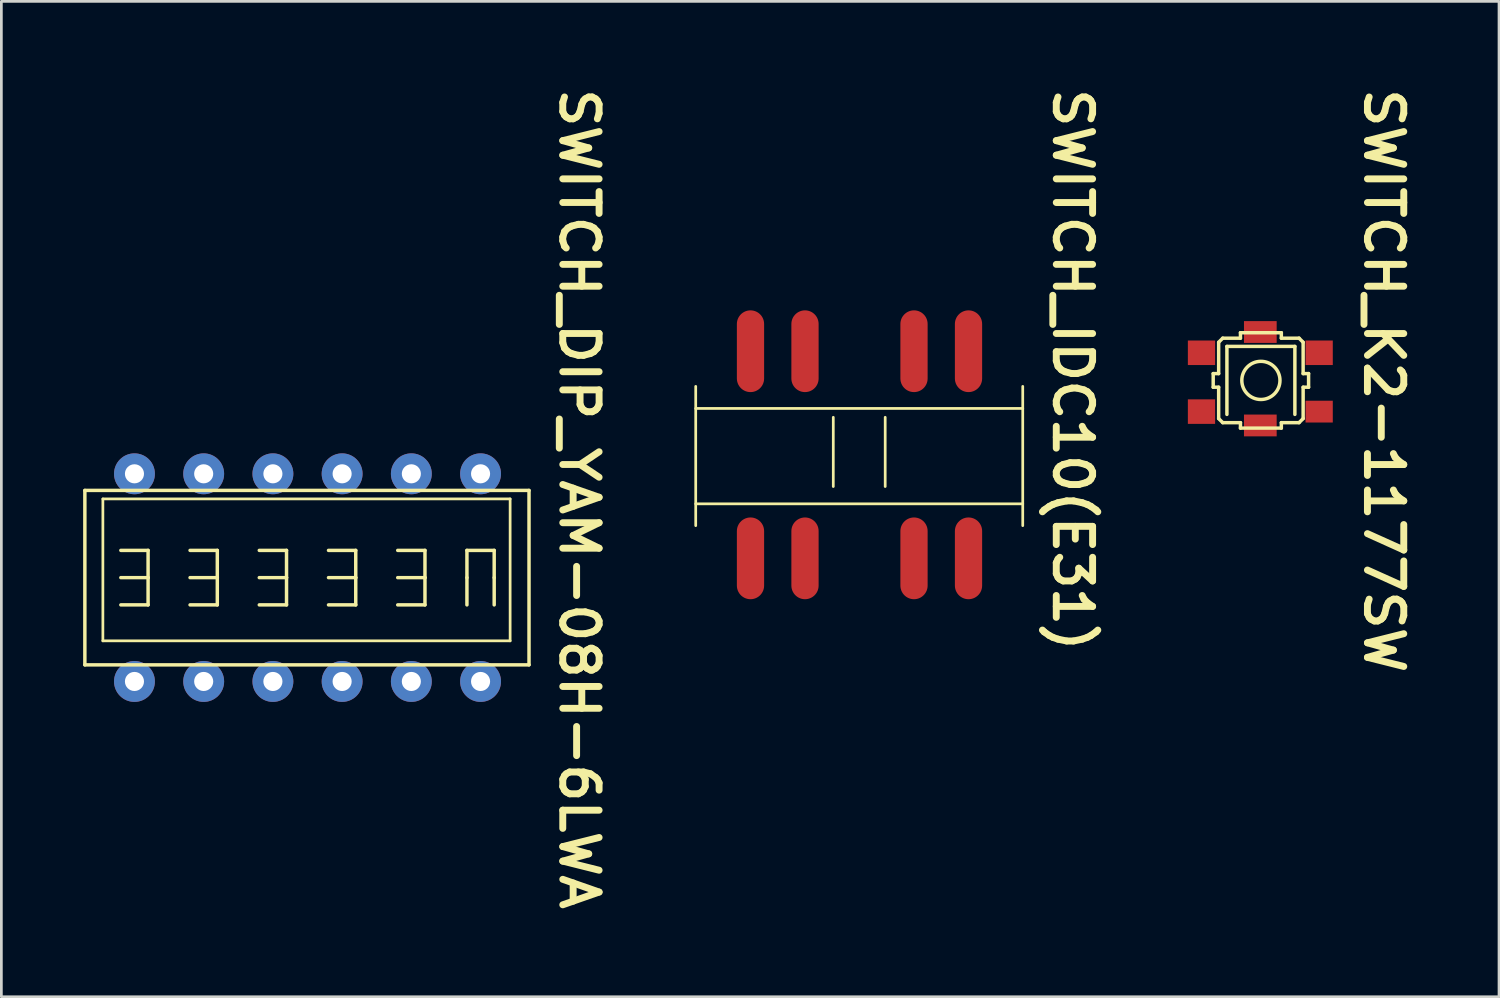
<source format=kicad_pcb>
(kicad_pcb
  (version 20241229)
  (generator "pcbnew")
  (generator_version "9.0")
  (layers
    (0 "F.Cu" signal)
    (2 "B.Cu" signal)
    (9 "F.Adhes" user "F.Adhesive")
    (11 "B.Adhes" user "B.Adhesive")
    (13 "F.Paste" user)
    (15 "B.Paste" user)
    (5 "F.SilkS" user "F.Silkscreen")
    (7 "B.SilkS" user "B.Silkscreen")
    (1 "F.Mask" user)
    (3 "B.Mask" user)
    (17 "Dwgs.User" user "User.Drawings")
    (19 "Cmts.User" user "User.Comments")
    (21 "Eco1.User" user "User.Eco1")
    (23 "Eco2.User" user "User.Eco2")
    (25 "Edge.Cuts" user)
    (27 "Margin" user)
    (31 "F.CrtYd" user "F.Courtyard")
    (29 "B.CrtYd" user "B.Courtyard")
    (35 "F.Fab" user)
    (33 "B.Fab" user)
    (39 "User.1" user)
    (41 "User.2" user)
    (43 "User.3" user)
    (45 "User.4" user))
  (footprint "SWITCH_DIP_YAM-08H-6LWA"
    (layer "F.Cu")
    (at 1.884 21.956)
    (property "Reference" "SWITCH_DIP_YAM-08H-6LWA" (at 16.32 -6.693 270) (unlocked yes) (layer "F.SilkS") (effects (font (size 1.333 1.402) (thickness 0.254))))
    (attr smd)
    (fp_line (start -1.82 -7.01) (end 14.478 -7.01) (stroke (width 0.127) (type solid)) (layer "F.SilkS"))
    (fp_line (start -1.82 -0.61) (end -1.82 -7.01) (stroke (width 0.127) (type solid)) (layer "F.SilkS"))
    (fp_line (start -1.82 -0.61) (end 14.478 -0.61) (stroke (width 0.127) (type solid)) (layer "F.SilkS"))
    (fp_line (start -1.159 -6.698) (end 13.785 -6.698) (stroke (width 0.1) (type solid)) (layer "F.SilkS"))
    (fp_line (start -1.159 -1.491) (end -1.159 -6.698) (stroke (width 0.1) (type solid)) (layer "F.SilkS"))
    (fp_line (start -1.159 -1.491) (end 13.785 -1.491) (stroke (width 0.1) (type solid)) (layer "F.SilkS"))
    (fp_line (start -0.5 -4.81) (end 0.5 -4.81) (stroke (width 0.127) (type solid)) (layer "F.SilkS"))
    (fp_line (start -0.5 -3.81) (end 0.5 -3.81) (stroke (width 0.127) (type solid)) (layer "F.SilkS"))
    (fp_line (start -0.5 -2.81) (end 0.5 -2.81) (stroke (width 0.127) (type solid)) (layer "F.SilkS"))
    (fp_line (start 0.5 -3.81) (end 0.5 -4.81) (stroke (width 0.127) (type solid)) (layer "F.SilkS"))
    (fp_line (start 0.5 -2.81) (end 0.5 -3.81) (stroke (width 0.127) (type solid)) (layer "F.SilkS"))
    (fp_line (start 2.04 -4.81) (end 3.04 -4.81) (stroke (width 0.127) (type solid)) (layer "F.SilkS"))
    (fp_line (start 2.04 -3.81) (end 3.04 -3.81) (stroke (width 0.127) (type solid)) (layer "F.SilkS"))
    (fp_line (start 2.04 -2.81) (end 3.04 -2.81) (stroke (width 0.127) (type solid)) (layer "F.SilkS"))
    (fp_line (start 3.04 -3.81) (end 3.04 -4.81) (stroke (width 0.127) (type solid)) (layer "F.SilkS"))
    (fp_line (start 3.04 -2.81) (end 3.04 -3.81) (stroke (width 0.127) (type solid)) (layer "F.SilkS"))
    (fp_line (start 4.58 -4.81) (end 5.58 -4.81) (stroke (width 0.127) (type solid)) (layer "F.SilkS"))
    (fp_line (start 4.58 -3.81) (end 5.58 -3.81) (stroke (width 0.127) (type solid)) (layer "F.SilkS"))
    (fp_line (start 4.58 -2.81) (end 5.58 -2.81) (stroke (width 0.127) (type solid)) (layer "F.SilkS"))
    (fp_line (start 5.58 -3.81) (end 5.58 -4.81) (stroke (width 0.127) (type solid)) (layer "F.SilkS"))
    (fp_line (start 5.58 -2.81) (end 5.58 -3.81) (stroke (width 0.127) (type solid)) (layer "F.SilkS"))
    (fp_line (start 7.12 -4.81) (end 8.12 -4.81) (stroke (width 0.127) (type solid)) (layer "F.SilkS"))
    (fp_line (start 7.12 -3.81) (end 8.12 -3.81) (stroke (width 0.127) (type solid)) (layer "F.SilkS"))
    (fp_line (start 7.12 -2.81) (end 8.12 -2.81) (stroke (width 0.127) (type solid)) (layer "F.SilkS"))
    (fp_line (start 8.12 -3.81) (end 8.12 -4.81) (stroke (width 0.127) (type solid)) (layer "F.SilkS"))
    (fp_line (start 8.12 -2.81) (end 8.12 -3.81) (stroke (width 0.127) (type solid)) (layer "F.SilkS"))
    (fp_line (start 9.66 -4.81) (end 10.66 -4.81) (stroke (width 0.127) (type solid)) (layer "F.SilkS"))
    (fp_line (start 9.66 -3.81) (end 10.66 -3.81) (stroke (width 0.127) (type solid)) (layer "F.SilkS"))
    (fp_line (start 9.66 -2.81) (end 10.66 -2.81) (stroke (width 0.127) (type solid)) (layer "F.SilkS"))
    (fp_line (start 10.66 -3.81) (end 10.66 -4.81) (stroke (width 0.127) (type solid)) (layer "F.SilkS"))
    (fp_line (start 10.66 -2.81) (end 10.66 -3.81) (stroke (width 0.127) (type solid)) (layer "F.SilkS"))
    (fp_line (start 12.2 -4.81) (end 13.2 -4.81) (stroke (width 0.127) (type solid)) (layer "F.SilkS"))
    (fp_line (start 12.2 -3.81) (end 12.2 -4.81) (stroke (width 0.127) (type solid)) (layer "F.SilkS"))
    (fp_line (start 12.2 -2.81) (end 12.2 -3.81) (stroke (width 0.127) (type solid)) (layer "F.SilkS"))
    (fp_line (start 13.2 -3.81) (end 13.2 -4.81) (stroke (width 0.127) (type solid)) (layer "F.SilkS"))
    (fp_line (start 13.2 -2.81) (end 13.2 -3.81) (stroke (width 0.127) (type solid)) (layer "F.SilkS"))
    (fp_line (start 13.785 -1.491) (end 13.785 -6.698) (stroke (width 0.1) (type solid)) (layer "F.SilkS"))
    (fp_line (start 14.478 -0.61) (end 14.478 -7.01) (stroke (width 0.127) (type solid)) (layer "F.SilkS"))
    (pad "1" thru_hole circle (at 0 0) (size 1.5 1.5) (drill 0.7) (layers "*.Cu" "*.Mask"))
    (pad "2" thru_hole circle (at 2.54 0) (size 1.5 1.5) (drill 0.7) (layers "*.Cu" "*.Mask"))
    (pad "3" thru_hole circle (at 5.08 0) (size 1.5 1.5) (drill 0.7) (layers "*.Cu" "*.Mask"))
    (pad "4" thru_hole circle (at 7.62 0) (size 1.5 1.5) (drill 0.7) (layers "*.Cu" "*.Mask"))
    (pad "5" thru_hole circle (at 10.16 0) (size 1.5 1.5) (drill 0.7) (layers "*.Cu" "*.Mask"))
    (pad "6" thru_hole circle (at 12.7 0) (size 1.5 1.5) (drill 0.7) (layers "*.Cu" "*.Mask"))
    (pad "7" thru_hole circle (at 12.7 -7.62) (size 1.5 1.5) (drill 0.7) (layers "*.Cu" "*.Mask"))
    (pad "8" thru_hole circle (at 10.16 -7.62) (size 1.5 1.5) (drill 0.7) (layers "*.Cu" "*.Mask"))
    (pad "9" thru_hole circle (at 7.62 -7.62) (size 1.5 1.5) (drill 0.7) (layers "*.Cu" "*.Mask"))
    (pad "10" thru_hole circle (at 5.08 -7.62) (size 1.5 1.5) (drill 0.7) (layers "*.Cu" "*.Mask"))
    (pad "11" thru_hole circle (at 2.54 -7.62) (size 1.5 1.5) (drill 0.7) (layers "*.Cu" "*.Mask"))
    (pad "12" thru_hole circle (at 0 -7.62) (size 1.5 1.5) (drill 0.7) (layers "*.Cu" "*.Mask")))
  (footprint "SWITCH_IDC10(E31)"
    (layer "F.Cu")
    (at 24.489 15.438)
    (property "Reference" "SWITCH_IDC10(E31)" (at 11.824 -4.915 270) (unlocked yes) (layer "F.SilkS") (effects (font (size 1.333 1.402) (thickness 0.254))))
    (attr smd)
    (fp_line (start -2.01 -3.5) (end 9.99 -3.5) (stroke (width 0.1) (type solid)) (layer "F.SilkS"))
    (fp_line (start -2.01 0) (end 9.99 0) (stroke (width 0.1) (type solid)) (layer "F.SilkS"))
    (fp_line (start -2.01 0.8) (end -2.01 -4.31) (stroke (width 0.1) (type solid)) (layer "F.SilkS"))
    (fp_line (start 3.038 -0.635) (end 3.038 -3.175) (stroke (width 0.1) (type solid)) (layer "F.SilkS"))
    (fp_line (start 4.943 -0.635) (end 4.943 -3.175) (stroke (width 0.1) (type solid)) (layer "F.SilkS"))
    (fp_line (start 9.99 0.8) (end 9.99 -4.31) (stroke (width 0.1) (type solid)) (layer "F.SilkS"))
    (pad "1" smd oval (at 0 2) (size 1 3) (layers "F.Cu" "F.Mask" "F.Paste"))
    (pad "2" smd oval (at 2 2) (size 1 3) (layers "F.Cu" "F.Mask" "F.Paste"))
    (pad "3" smd oval (at 6 2) (size 1 3) (layers "F.Cu" "F.Mask" "F.Paste"))
    (pad "4" smd oval (at 8 2) (size 1 3) (layers "F.Cu" "F.Mask" "F.Paste"))
    (pad "5" smd oval (at 8 -5.6) (size 1 3) (layers "F.Cu" "F.Mask" "F.Paste"))
    (pad "6" smd oval (at 6 -5.6) (size 1 3) (layers "F.Cu" "F.Mask" "F.Paste"))
    (pad "7" smd oval (at 2 -5.6) (size 1 3) (layers "F.Cu" "F.Mask" "F.Paste"))
    (pad "8" smd oval (at 0 -5.6) (size 1 3) (layers "F.Cu" "F.Mask" "F.Paste")))
  (footprint "SWITCH_K2-1177SW"
    (layer "F.Cu")
    (at 43.197 10.911)
    (property "Reference" "SWITCH_K2-1177SW" (at 4.534 0.013 270) (unlocked yes) (layer "F.SilkS") (effects (font (size 1.333 1.402) (thickness 0.254))))
    (attr smd)
    (fp_line (start -1.729 -0.252) (end -1.529 -0.252) (stroke (width 0.127) (type solid)) (layer "F.SilkS"))
    (fp_line (start -1.729 0.248) (end -1.729 -0.252) (stroke (width 0.127) (type solid)) (layer "F.SilkS"))
    (fp_line (start -1.729 0.248) (end -1.529 0.248) (stroke (width 0.127) (type solid)) (layer "F.SilkS"))
    (fp_line (start -1.529 -1.402) (end -1.379 -1.552) (stroke (width 0.127) (type solid)) (layer "F.SilkS"))
    (fp_line (start -1.529 -0.252) (end -1.529 -1.402) (stroke (width 0.127) (type solid)) (layer "F.SilkS"))
    (fp_line (start -1.529 1.398) (end -1.529 0.248) (stroke (width 0.127) (type solid)) (layer "F.SilkS"))
    (fp_line (start -1.529 1.398) (end -1.379 1.548) (stroke (width 0.127) (type solid)) (layer "F.SilkS"))
    (fp_line (start -1.379 -1.552) (end -0.729 -1.552) (stroke (width 0.127) (type solid)) (layer "F.SilkS"))
    (fp_line (start -1.379 1.548) (end -0.729 1.548) (stroke (width 0.127) (type solid)) (layer "F.SilkS"))
    (fp_line (start -1.226 -1.249) (end 1.268 -1.249) (stroke (width 0.127) (type solid)) (layer "F.SilkS"))
    (fp_line (start -1.226 1.245) (end -1.226 -1.249) (stroke (width 0.127) (type solid)) (layer "F.SilkS"))
    (fp_line (start -0.729 -1.752) (end 0.771 -1.752) (stroke (width 0.127) (type solid)) (layer "F.SilkS"))
    (fp_line (start -0.729 -1.552) (end -0.729 -1.752) (stroke (width 0.127) (type solid)) (layer "F.SilkS"))
    (fp_line (start -0.729 1.748) (end -0.729 1.548) (stroke (width 0.127) (type solid)) (layer "F.SilkS"))
    (fp_line (start -0.729 1.748) (end 0.771 1.748) (stroke (width 0.127) (type solid)) (layer "F.SilkS"))
    (fp_line (start 0.771 -1.552) (end 0.771 -1.752) (stroke (width 0.127) (type solid)) (layer "F.SilkS"))
    (fp_line (start 0.771 -1.552) (end 1.421 -1.552) (stroke (width 0.127) (type solid)) (layer "F.SilkS"))
    (fp_line (start 0.771 1.548) (end 1.421 1.548) (stroke (width 0.127) (type solid)) (layer "F.SilkS"))
    (fp_line (start 0.771 1.748) (end 0.771 1.548) (stroke (width 0.127) (type solid)) (layer "F.SilkS"))
    (fp_line (start 1.268 1.245) (end 1.268 -1.249) (stroke (width 0.127) (type solid)) (layer "F.SilkS"))
    (fp_line (start 1.421 -1.552) (end 1.571 -1.402) (stroke (width 0.127) (type solid)) (layer "F.SilkS"))
    (fp_line (start 1.421 1.548) (end 1.571 1.398) (stroke (width 0.127) (type solid)) (layer "F.SilkS"))
    (fp_line (start 1.571 -0.252) (end 1.571 -1.402) (stroke (width 0.127) (type solid)) (layer "F.SilkS"))
    (fp_line (start 1.571 -0.252) (end 1.771 -0.252) (stroke (width 0.127) (type solid)) (layer "F.SilkS"))
    (fp_line (start 1.571 0.248) (end 1.771 0.248) (stroke (width 0.127) (type solid)) (layer "F.SilkS"))
    (fp_line (start 1.571 1.398) (end 1.571 0.248) (stroke (width 0.127) (type solid)) (layer "F.SilkS"))
    (fp_line (start 1.771 0.248) (end 1.771 -0.252) (stroke (width 0.127) (type solid)) (layer "F.SilkS"))
    (fp_circle (center 0.021 -0.002) (end 0.721 -0.002) (stroke (width 0.127) (type solid)) (fill no) (layer "F.SilkS"))
    (pad "1" smd rect (at -2.159 -1.016) (size 1 0.9) (layers "F.Cu" "F.Mask" "F.Paste"))
    (pad "2" smd rect (at 2.159 -1.016) (size 1 0.9) (layers "F.Cu" "F.Mask" "F.Paste"))
    (pad "3" smd rect (at 2.159 1.143) (size 1 0.8) (layers "F.Cu" "F.Mask" "F.Paste"))
    (pad "4" smd rect (at -2.159 1.143) (size 1 0.9) (layers "F.Cu" "F.Mask" "F.Paste"))
    (pad "5" smd rect (at 0 -1.778) (size 1.2 0.8) (layers "F.Cu" "F.Mask" "F.Paste"))
    (pad "6" smd rect (at 0 1.651) (size 1.2 0.8) (layers "F.Cu" "F.Mask" "F.Paste")))
  (gr_rect
    (start -3 -3)
    (end 51.956 33.526)
    (stroke (width 0.1) (type default))
    (fill no)
    (layer "Edge.Cuts")))
</source>
